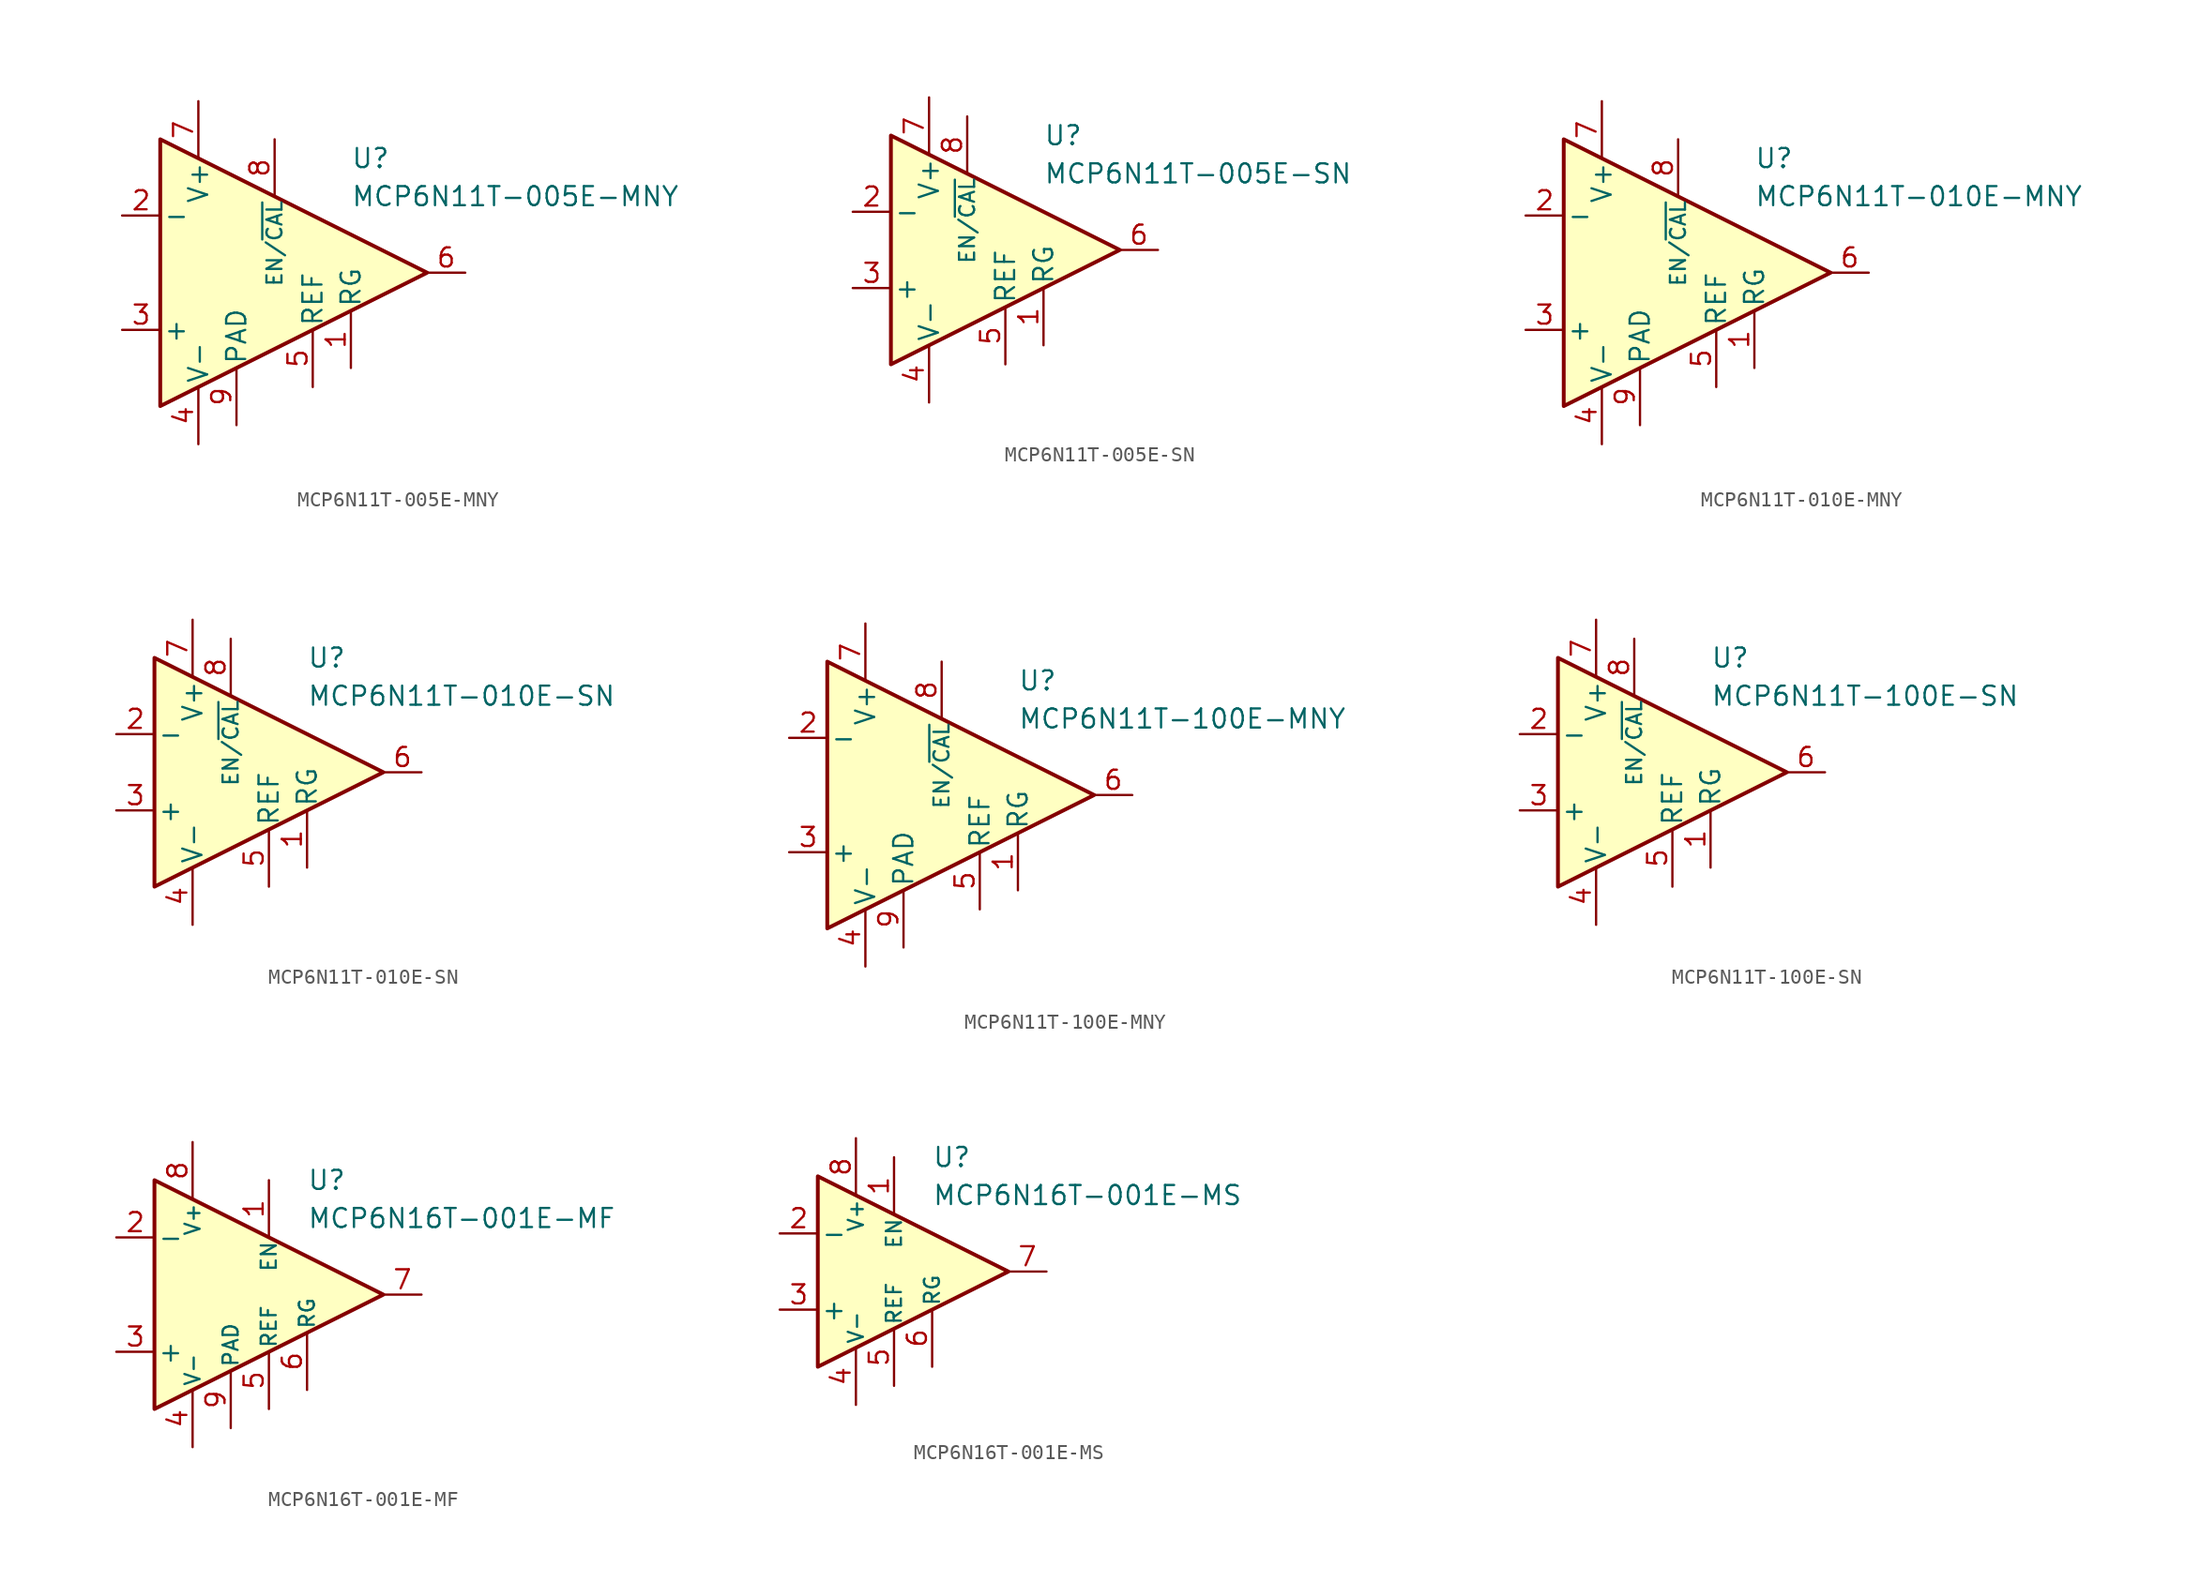
<source format=kicad_sym>
(kicad_symbol_lib
  (version 20211014)
  (generator kicad_symbol_editor)
  (symbol "MCP6N11T-005E-MNY"
    (pin_names
      (offset 0.2))
    (property "Reference" "U"
      (at 6.35 7.62 0)
      (effects (font (size 1.27 1.27)) (justify left)))
    (property "Value" "MCP6N11T-005E-MNY"
      (at 6.35 5.08 0)
      (effects (font (size 1.27 1.27)) (justify left)))
    (symbol "MCP6N11T-005E-MNY_0_1"
      (polyline (pts (xy -6.35 8.89) (xy -6.35 -8.89) (xy 11.43 0) (xy -6.35 8.89)) (stroke (width 0.254) (type default) (color 0 0 0 0)) (fill (type background))))
    (symbol "MCP6N11T-005E-MNY_1_1"
      (pin passive line (at 6.35 -6.35 90) (length 3.81) (name "RG" (effects (font (size 1.27 1.27)))) (number "1" (effects (font (size 1.27 1.27)))))
      (pin input line (at -8.89 3.81 0) (length 2.54) (name "-" (effects (font (size 1.27 1.27)))) (number "2" (effects (font (size 1.27 1.27)))))
      (pin input line (at -8.89 -3.81 0) (length 2.54) (name "+" (effects (font (size 1.27 1.27)))) (number "3" (effects (font (size 1.27 1.27)))))
      (pin power_in line (at -3.81 -11.43 90) (length 3.81) (name "V-" (effects (font (size 1.27 1.27)))) (number "4" (effects (font (size 1.27 1.27)))))
      (pin input line (at 3.81 -7.62 90) (length 3.81) (name "REF" (effects (font (size 1.27 1.27)))) (number "5" (effects (font (size 1.27 1.27)))))
      (pin output line (at 13.97 0 180) (length 2.54) (name "~" (effects (font (size 1.27 1.27)))) (number "6" (effects (font (size 1.27 1.27)))))
      (pin power_in line (at -3.81 11.43 270) (length 3.81) (name "V+" (effects (font (size 1.27 1.27)))) (number "7" (effects (font (size 1.27 1.27)))))
      (pin input line (at 1.27 8.89 270) (length 3.81) (name "EN/~{CAL}" (effects (font (size 1 1)))) (number "8" (effects (font (size 1.27 1.27)))))
      (pin power_in line (at -1.27 -10.16 90) (length 3.81) (name "PAD" (effects (font (size 1.27 1.27)))) (number "9" (effects (font (size 1.27 1.27)))))))
  (symbol "MCP6N11T-005E-SN"
    (pin_names
      (offset 0.2))
    (property "Reference" "U"
      (at 3.81 7.62 0)
      (effects (font (size 1.27 1.27)) (justify left)))
    (property "Value" "MCP6N11T-005E-SN"
      (at 3.81 5.08 0)
      (effects (font (size 1.27 1.27)) (justify left)))
    (symbol "MCP6N11T-005E-SN_0_1"
      (polyline (pts (xy -6.35 7.62) (xy -6.35 -7.62) (xy 8.89 0) (xy -6.35 7.62)) (stroke (width 0.254) (type default) (color 0 0 0 0)) (fill (type background))))
    (symbol "MCP6N11T-005E-SN_1_1"
      (pin passive line (at 3.81 -6.35 90) (length 3.81) (name "RG" (effects (font (size 1.27 1.27)))) (number "1" (effects (font (size 1.27 1.27)))))
      (pin input line (at -8.89 2.54 0) (length 2.54) (name "-" (effects (font (size 1.27 1.27)))) (number "2" (effects (font (size 1.27 1.27)))))
      (pin input line (at -8.89 -2.54 0) (length 2.54) (name "+" (effects (font (size 1.27 1.27)))) (number "3" (effects (font (size 1.27 1.27)))))
      (pin power_in line (at -3.81 -10.16 90) (length 3.81) (name "V-" (effects (font (size 1.27 1.27)))) (number "4" (effects (font (size 1.27 1.27)))))
      (pin input line (at 1.27 -7.62 90) (length 3.81) (name "REF" (effects (font (size 1.27 1.27)))) (number "5" (effects (font (size 1.27 1.27)))))
      (pin output line (at 11.43 0 180) (length 2.54) (name "~" (effects (font (size 1.27 1.27)))) (number "6" (effects (font (size 1.27 1.27)))))
      (pin power_in line (at -3.81 10.16 270) (length 3.81) (name "V+" (effects (font (size 1.27 1.27)))) (number "7" (effects (font (size 1.27 1.27)))))
      (pin input line (at -1.27 8.89 270) (length 3.81) (name "EN/~{CAL}" (effects (font (size 1 1)))) (number "8" (effects (font (size 1.27 1.27)))))))
  (symbol "MCP6N11T-010E-MNY"
    (pin_names
      (offset 0.2))
    (property "Reference" "U"
      (at 6.35 7.62 0)
      (effects (font (size 1.27 1.27)) (justify left)))
    (property "Value" "MCP6N11T-010E-MNY"
      (at 6.35 5.08 0)
      (effects (font (size 1.27 1.27)) (justify left)))
    (symbol "MCP6N11T-010E-MNY_0_1"
      (polyline (pts (xy -6.35 8.89) (xy -6.35 -8.89) (xy 11.43 0) (xy -6.35 8.89)) (stroke (width 0.254) (type default) (color 0 0 0 0)) (fill (type background))))
    (symbol "MCP6N11T-010E-MNY_1_1"
      (pin passive line (at 6.35 -6.35 90) (length 3.81) (name "RG" (effects (font (size 1.27 1.27)))) (number "1" (effects (font (size 1.27 1.27)))))
      (pin input line (at -8.89 3.81 0) (length 2.54) (name "-" (effects (font (size 1.27 1.27)))) (number "2" (effects (font (size 1.27 1.27)))))
      (pin input line (at -8.89 -3.81 0) (length 2.54) (name "+" (effects (font (size 1.27 1.27)))) (number "3" (effects (font (size 1.27 1.27)))))
      (pin power_in line (at -3.81 -11.43 90) (length 3.81) (name "V-" (effects (font (size 1.27 1.27)))) (number "4" (effects (font (size 1.27 1.27)))))
      (pin input line (at 3.81 -7.62 90) (length 3.81) (name "REF" (effects (font (size 1.27 1.27)))) (number "5" (effects (font (size 1.27 1.27)))))
      (pin output line (at 13.97 0 180) (length 2.54) (name "~" (effects (font (size 1.27 1.27)))) (number "6" (effects (font (size 1.27 1.27)))))
      (pin power_in line (at -3.81 11.43 270) (length 3.81) (name "V+" (effects (font (size 1.27 1.27)))) (number "7" (effects (font (size 1.27 1.27)))))
      (pin input line (at 1.27 8.89 270) (length 3.81) (name "EN/~{CAL}" (effects (font (size 1 1)))) (number "8" (effects (font (size 1.27 1.27)))))
      (pin power_in line (at -1.27 -10.16 90) (length 3.81) (name "PAD" (effects (font (size 1.27 1.27)))) (number "9" (effects (font (size 1.27 1.27)))))))
  (symbol "MCP6N11T-010E-SN"
    (pin_names
      (offset 0.2))
    (property "Reference" "U"
      (at 3.81 7.62 0)
      (effects (font (size 1.27 1.27)) (justify left)))
    (property "Value" "MCP6N11T-010E-SN"
      (at 3.81 5.08 0)
      (effects (font (size 1.27 1.27)) (justify left)))
    (symbol "MCP6N11T-010E-SN_0_1"
      (polyline (pts (xy -6.35 7.62) (xy -6.35 -7.62) (xy 8.89 0) (xy -6.35 7.62)) (stroke (width 0.254) (type default) (color 0 0 0 0)) (fill (type background))))
    (symbol "MCP6N11T-010E-SN_1_1"
      (pin passive line (at 3.81 -6.35 90) (length 3.81) (name "RG" (effects (font (size 1.27 1.27)))) (number "1" (effects (font (size 1.27 1.27)))))
      (pin input line (at -8.89 2.54 0) (length 2.54) (name "-" (effects (font (size 1.27 1.27)))) (number "2" (effects (font (size 1.27 1.27)))))
      (pin input line (at -8.89 -2.54 0) (length 2.54) (name "+" (effects (font (size 1.27 1.27)))) (number "3" (effects (font (size 1.27 1.27)))))
      (pin power_in line (at -3.81 -10.16 90) (length 3.81) (name "V-" (effects (font (size 1.27 1.27)))) (number "4" (effects (font (size 1.27 1.27)))))
      (pin input line (at 1.27 -7.62 90) (length 3.81) (name "REF" (effects (font (size 1.27 1.27)))) (number "5" (effects (font (size 1.27 1.27)))))
      (pin output line (at 11.43 0 180) (length 2.54) (name "~" (effects (font (size 1.27 1.27)))) (number "6" (effects (font (size 1.27 1.27)))))
      (pin power_in line (at -3.81 10.16 270) (length 3.81) (name "V+" (effects (font (size 1.27 1.27)))) (number "7" (effects (font (size 1.27 1.27)))))
      (pin input line (at -1.27 8.89 270) (length 3.81) (name "EN/~{CAL}" (effects (font (size 1 1)))) (number "8" (effects (font (size 1.27 1.27)))))))
  (symbol "MCP6N11T-100E-MNY"
    (pin_names
      (offset 0.2))
    (property "Reference" "U"
      (at 6.35 7.62 0)
      (effects (font (size 1.27 1.27)) (justify left)))
    (property "Value" "MCP6N11T-100E-MNY"
      (at 6.35 5.08 0)
      (effects (font (size 1.27 1.27)) (justify left)))
    (symbol "MCP6N11T-100E-MNY_0_1"
      (polyline (pts (xy -6.35 8.89) (xy -6.35 -8.89) (xy 11.43 0) (xy -6.35 8.89)) (stroke (width 0.254) (type default) (color 0 0 0 0)) (fill (type background))))
    (symbol "MCP6N11T-100E-MNY_1_1"
      (pin passive line (at 6.35 -6.35 90) (length 3.81) (name "RG" (effects (font (size 1.27 1.27)))) (number "1" (effects (font (size 1.27 1.27)))))
      (pin input line (at -8.89 3.81 0) (length 2.54) (name "-" (effects (font (size 1.27 1.27)))) (number "2" (effects (font (size 1.27 1.27)))))
      (pin input line (at -8.89 -3.81 0) (length 2.54) (name "+" (effects (font (size 1.27 1.27)))) (number "3" (effects (font (size 1.27 1.27)))))
      (pin power_in line (at -3.81 -11.43 90) (length 3.81) (name "V-" (effects (font (size 1.27 1.27)))) (number "4" (effects (font (size 1.27 1.27)))))
      (pin input line (at 3.81 -7.62 90) (length 3.81) (name "REF" (effects (font (size 1.27 1.27)))) (number "5" (effects (font (size 1.27 1.27)))))
      (pin output line (at 13.97 0 180) (length 2.54) (name "~" (effects (font (size 1.27 1.27)))) (number "6" (effects (font (size 1.27 1.27)))))
      (pin power_in line (at -3.81 11.43 270) (length 3.81) (name "V+" (effects (font (size 1.27 1.27)))) (number "7" (effects (font (size 1.27 1.27)))))
      (pin input line (at 1.27 8.89 270) (length 3.81) (name "EN/~{CAL}" (effects (font (size 1 1)))) (number "8" (effects (font (size 1.27 1.27)))))
      (pin power_in line (at -1.27 -10.16 90) (length 3.81) (name "PAD" (effects (font (size 1.27 1.27)))) (number "9" (effects (font (size 1.27 1.27)))))))
  (symbol "MCP6N11T-100E-SN"
    (pin_names
      (offset 0.2))
    (property "Reference" "U"
      (at 3.81 7.62 0)
      (effects (font (size 1.27 1.27)) (justify left)))
    (property "Value" "MCP6N11T-100E-SN"
      (at 3.81 5.08 0)
      (effects (font (size 1.27 1.27)) (justify left)))
    (symbol "MCP6N11T-100E-SN_0_1"
      (polyline (pts (xy -6.35 7.62) (xy -6.35 -7.62) (xy 8.89 0) (xy -6.35 7.62)) (stroke (width 0.254) (type default) (color 0 0 0 0)) (fill (type background))))
    (symbol "MCP6N11T-100E-SN_1_1"
      (pin passive line (at 3.81 -6.35 90) (length 3.81) (name "RG" (effects (font (size 1.27 1.27)))) (number "1" (effects (font (size 1.27 1.27)))))
      (pin input line (at -8.89 2.54 0) (length 2.54) (name "-" (effects (font (size 1.27 1.27)))) (number "2" (effects (font (size 1.27 1.27)))))
      (pin input line (at -8.89 -2.54 0) (length 2.54) (name "+" (effects (font (size 1.27 1.27)))) (number "3" (effects (font (size 1.27 1.27)))))
      (pin power_in line (at -3.81 -10.16 90) (length 3.81) (name "V-" (effects (font (size 1.27 1.27)))) (number "4" (effects (font (size 1.27 1.27)))))
      (pin input line (at 1.27 -7.62 90) (length 3.81) (name "REF" (effects (font (size 1.27 1.27)))) (number "5" (effects (font (size 1.27 1.27)))))
      (pin output line (at 11.43 0 180) (length 2.54) (name "~" (effects (font (size 1.27 1.27)))) (number "6" (effects (font (size 1.27 1.27)))))
      (pin power_in line (at -3.81 10.16 270) (length 3.81) (name "V+" (effects (font (size 1.27 1.27)))) (number "7" (effects (font (size 1.27 1.27)))))
      (pin input line (at -1.27 8.89 270) (length 3.81) (name "EN/~{CAL}" (effects (font (size 1 1)))) (number "8" (effects (font (size 1.27 1.27)))))))
  (symbol "MCP6N16T-001E-MF"
    (pin_names
      (offset 0.2))
    (property "Reference" "U"
      (at 3.81 7.62 0)
      (effects (font (size 1.27 1.27)) (justify left)))
    (property "Value" "MCP6N16T-001E-MF"
      (at 3.81 5.08 0)
      (effects (font (size 1.27 1.27)) (justify left)))
    (symbol "MCP6N16T-001E-MF_0_1"
      (polyline (pts (xy -6.35 7.62) (xy -6.35 -7.62) (xy 8.89 0) (xy -6.35 7.62)) (stroke (width 0.254) (type default) (color 0 0 0 0)) (fill (type background))))
    (symbol "MCP6N16T-001E-MF_1_1"
      (pin input line (at 1.27 7.62 270) (length 3.81) (name "EN" (effects (font (size 1 1)))) (number "1" (effects (font (size 1.27 1.27)))))
      (pin input line (at -8.89 3.81 0) (length 2.54) (name "-" (effects (font (size 1.27 1.27)))) (number "2" (effects (font (size 1.27 1.27)))))
      (pin input line (at -8.89 -3.81 0) (length 2.54) (name "+" (effects (font (size 1.27 1.27)))) (number "3" (effects (font (size 1.27 1.27)))))
      (pin power_in line (at -3.81 -10.16 90) (length 3.81) (name "V-" (effects (font (size 1 1)))) (number "4" (effects (font (size 1.27 1.27)))))
      (pin input line (at 1.27 -7.62 90) (length 3.81) (name "REF" (effects (font (size 1 1)))) (number "5" (effects (font (size 1.27 1.27)))))
      (pin passive line (at 3.81 -6.35 90) (length 3.81) (name "RG" (effects (font (size 1 1)))) (number "6" (effects (font (size 1.27 1.27)))))
      (pin output line (at 11.43 0 180) (length 2.54) (name "~" (effects (font (size 1.27 1.27)))) (number "7" (effects (font (size 1.27 1.27)))))
      (pin power_in line (at -3.81 10.16 270) (length 3.81) (name "V+" (effects (font (size 1 1)))) (number "8" (effects (font (size 1.27 1.27)))))
      (pin power_in line (at -1.27 -8.89 90) (length 3.81) (name "PAD" (effects (font (size 1 1)))) (number "9" (effects (font (size 1.27 1.27)))))))
  (symbol "MCP6N16T-001E-MS"
    (pin_names
      (offset 0.2))
    (property "Reference" "U"
      (at 3.81 7.62 0)
      (effects (font (size 1.27 1.27)) (justify left)))
    (property "Value" "MCP6N16T-001E-MS"
      (at 3.81 5.08 0)
      (effects (font (size 1.27 1.27)) (justify left)))
    (symbol "MCP6N16T-001E-MS_0_1"
      (polyline (pts (xy -3.81 6.35) (xy -3.81 -6.35) (xy 8.89 0) (xy -3.81 6.35)) (stroke (width 0.254) (type default) (color 0 0 0 0)) (fill (type background))))
    (symbol "MCP6N16T-001E-MS_1_1"
      (pin input line (at 1.27 7.62 270) (length 3.81) (name "EN" (effects (font (size 1 1)))) (number "1" (effects (font (size 1.27 1.27)))))
      (pin input line (at -6.35 2.54 0) (length 2.54) (name "-" (effects (font (size 1.27 1.27)))) (number "2" (effects (font (size 1.27 1.27)))))
      (pin input line (at -6.35 -2.54 0) (length 2.54) (name "+" (effects (font (size 1.27 1.27)))) (number "3" (effects (font (size 1.27 1.27)))))
      (pin power_in line (at -1.27 -8.89 90) (length 3.81) (name "V-" (effects (font (size 1 1)))) (number "4" (effects (font (size 1.27 1.27)))))
      (pin input line (at 1.27 -7.62 90) (length 3.81) (name "REF" (effects (font (size 1 1)))) (number "5" (effects (font (size 1.27 1.27)))))
      (pin passive line (at 3.81 -6.35 90) (length 3.81) (name "RG" (effects (font (size 1 1)))) (number "6" (effects (font (size 1.27 1.27)))))
      (pin output line (at 11.43 0 180) (length 2.54) (name "~" (effects (font (size 1.27 1.27)))) (number "7" (effects (font (size 1.27 1.27)))))
      (pin power_in line (at -1.27 8.89 270) (length 3.81) (name "V+" (effects (font (size 1 1)))) (number "8" (effects (font (size 1.27 1.27))))))))
</source>
